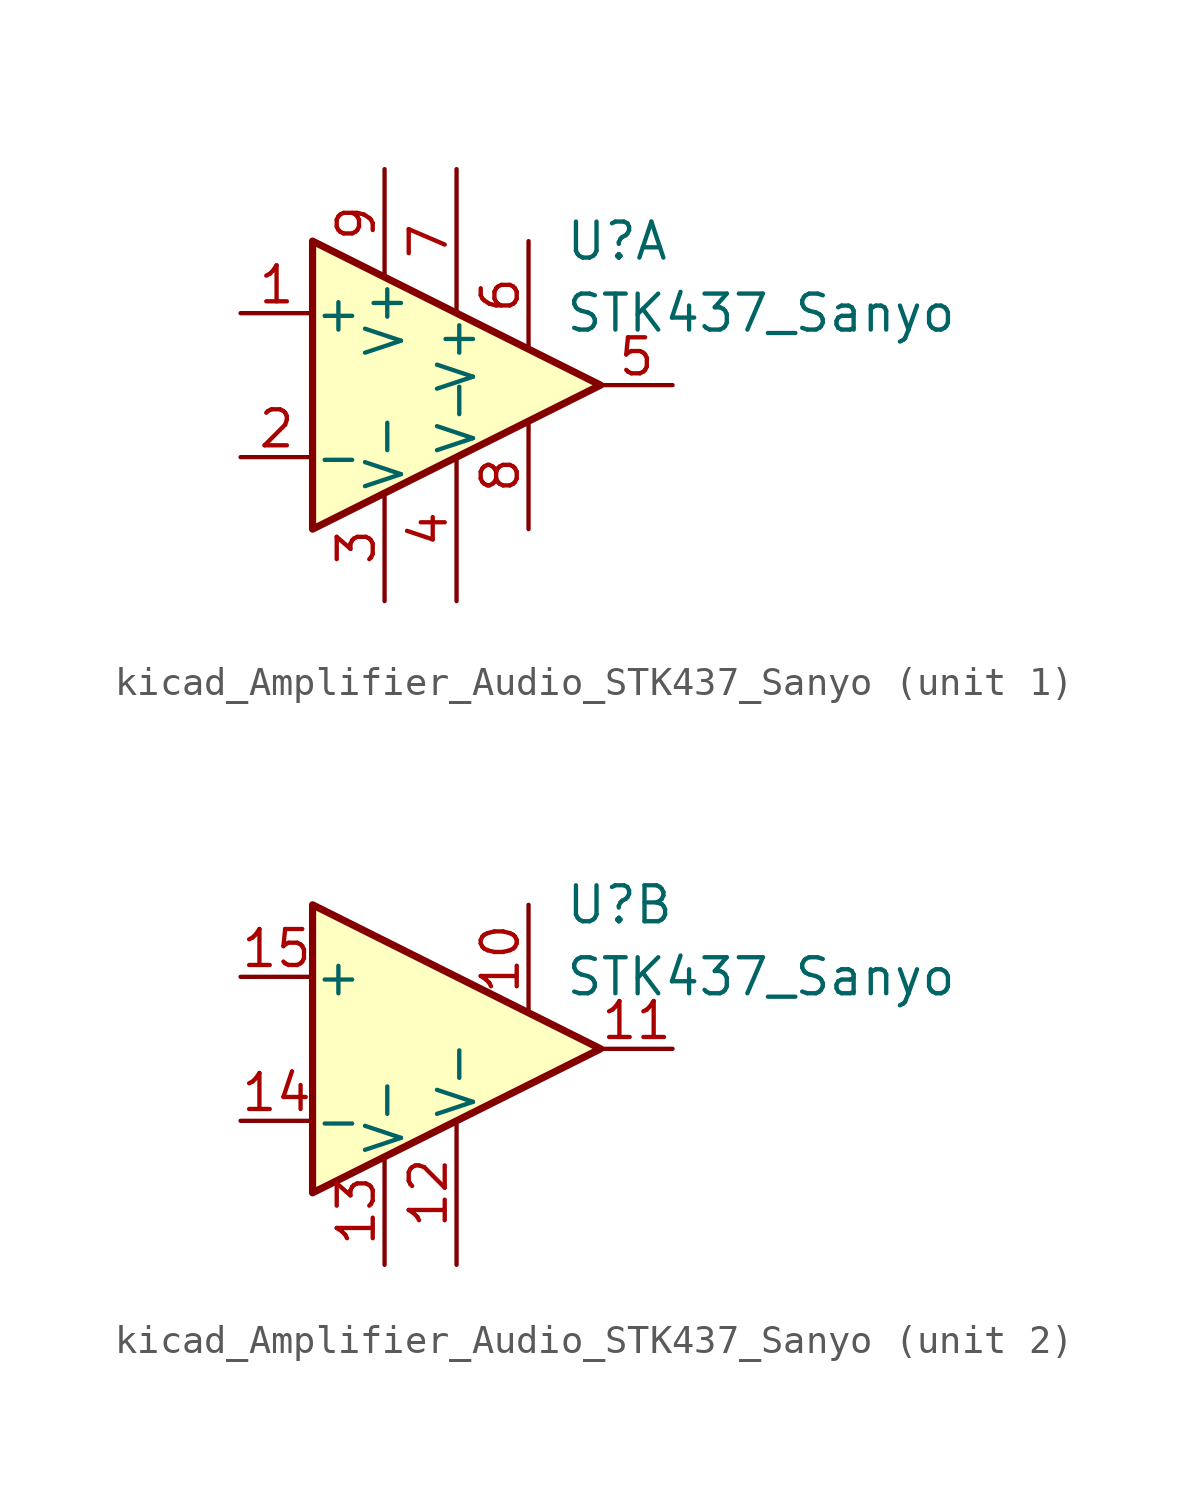
<source format=kicad_sym>
(kicad_symbol_lib
  (version 20220914)
  (generator kicad_symbol_editor)
  (symbol "kicad_Amplifier_Audio_STK437_Sanyo"
    (pin_names
      (offset 0.025))
    (property "Reference" "U"
      (at 3.81 5.08 0)
      (effects (font (size 1.27 1.27)) (justify left)))
    (property "Value" "STK437_Sanyo"
      (at 3.81 2.54 0)
      (effects (font (size 1.27 1.27)) (justify left)))
    (symbol "kicad_Amplifier_Audio_STK437_Sanyo_0_1"
      (polyline (pts (xy -5.08 5.08) (xy 5.08 0) (xy -5.08 -5.08) (xy -5.08 5.08)) (stroke (width 0.254) (type default)) (fill (type background))))
    (symbol "kicad_Amplifier_Audio_STK437_Sanyo_1_1"
      (pin input line (at -7.62 2.54 0) (length 2.54) (name "+" (effects (font (size 1.27 1.27)))) (number "1" (effects (font (size 1.27 1.27)))))
      (pin input line (at -7.62 -2.54 0) (length 2.54) (name "-" (effects (font (size 1.27 1.27)))) (number "2" (effects (font (size 1.27 1.27)))))
      (pin power_in line (at -2.54 -7.62 90) (length 3.81) (name "V-" (effects (font (size 1.27 1.27)))) (number "3" (effects (font (size 1.27 1.27)))))
      (pin power_in line (at 0 -7.62 90) (length 5.08) (name "V-" (effects (font (size 1.27 1.27)))) (number "4" (effects (font (size 1.27 1.27)))))
      (pin output line (at 7.62 0 180) (length 2.54) (name "~" (effects (font (size 1.27 1.27)))) (number "5" (effects (font (size 1.27 1.27)))))
      (pin passive line (at 2.54 5.08 270) (length 3.81) (name "~" (effects (font (size 1.27 1.27)))) (number "6" (effects (font (size 1.27 1.27)))))
      (pin power_in line (at 0 7.62 270) (length 5.08) (name "V+" (effects (font (size 1.27 1.27)))) (number "7" (effects (font (size 1.27 1.27)))))
      (pin power_in line (at 2.54 -5.08 90) (length 3.81) (name "~" (effects (font (size 1.27 1.27)))) (number "8" (effects (font (size 1.27 1.27)))))
      (pin power_in line (at -2.54 7.62 270) (length 3.81) (name "V+" (effects (font (size 1.27 1.27)))) (number "9" (effects (font (size 1.27 1.27))))))
    (symbol "kicad_Amplifier_Audio_STK437_Sanyo_2_1"
      (pin passive line (at 2.54 5.08 270) (length 3.81) (name "~" (effects (font (size 1.27 1.27)))) (number "10" (effects (font (size 1.27 1.27)))))
      (pin output line (at 7.62 0 180) (length 2.54) (name "~" (effects (font (size 1.27 1.27)))) (number "11" (effects (font (size 1.27 1.27)))))
      (pin power_in line (at 0 -7.62 90) (length 5.08) (name "V-" (effects (font (size 1.27 1.27)))) (number "12" (effects (font (size 1.27 1.27)))))
      (pin power_in line (at -2.54 -7.62 90) (length 3.81) (name "V-" (effects (font (size 1.27 1.27)))) (number "13" (effects (font (size 1.27 1.27)))))
      (pin input line (at -7.62 -2.54 0) (length 2.54) (name "-" (effects (font (size 1.27 1.27)))) (number "14" (effects (font (size 1.27 1.27)))))
      (pin input line (at -7.62 2.54 0) (length 2.54) (name "+" (effects (font (size 1.27 1.27)))) (number "15" (effects (font (size 1.27 1.27))))))))
</source>
